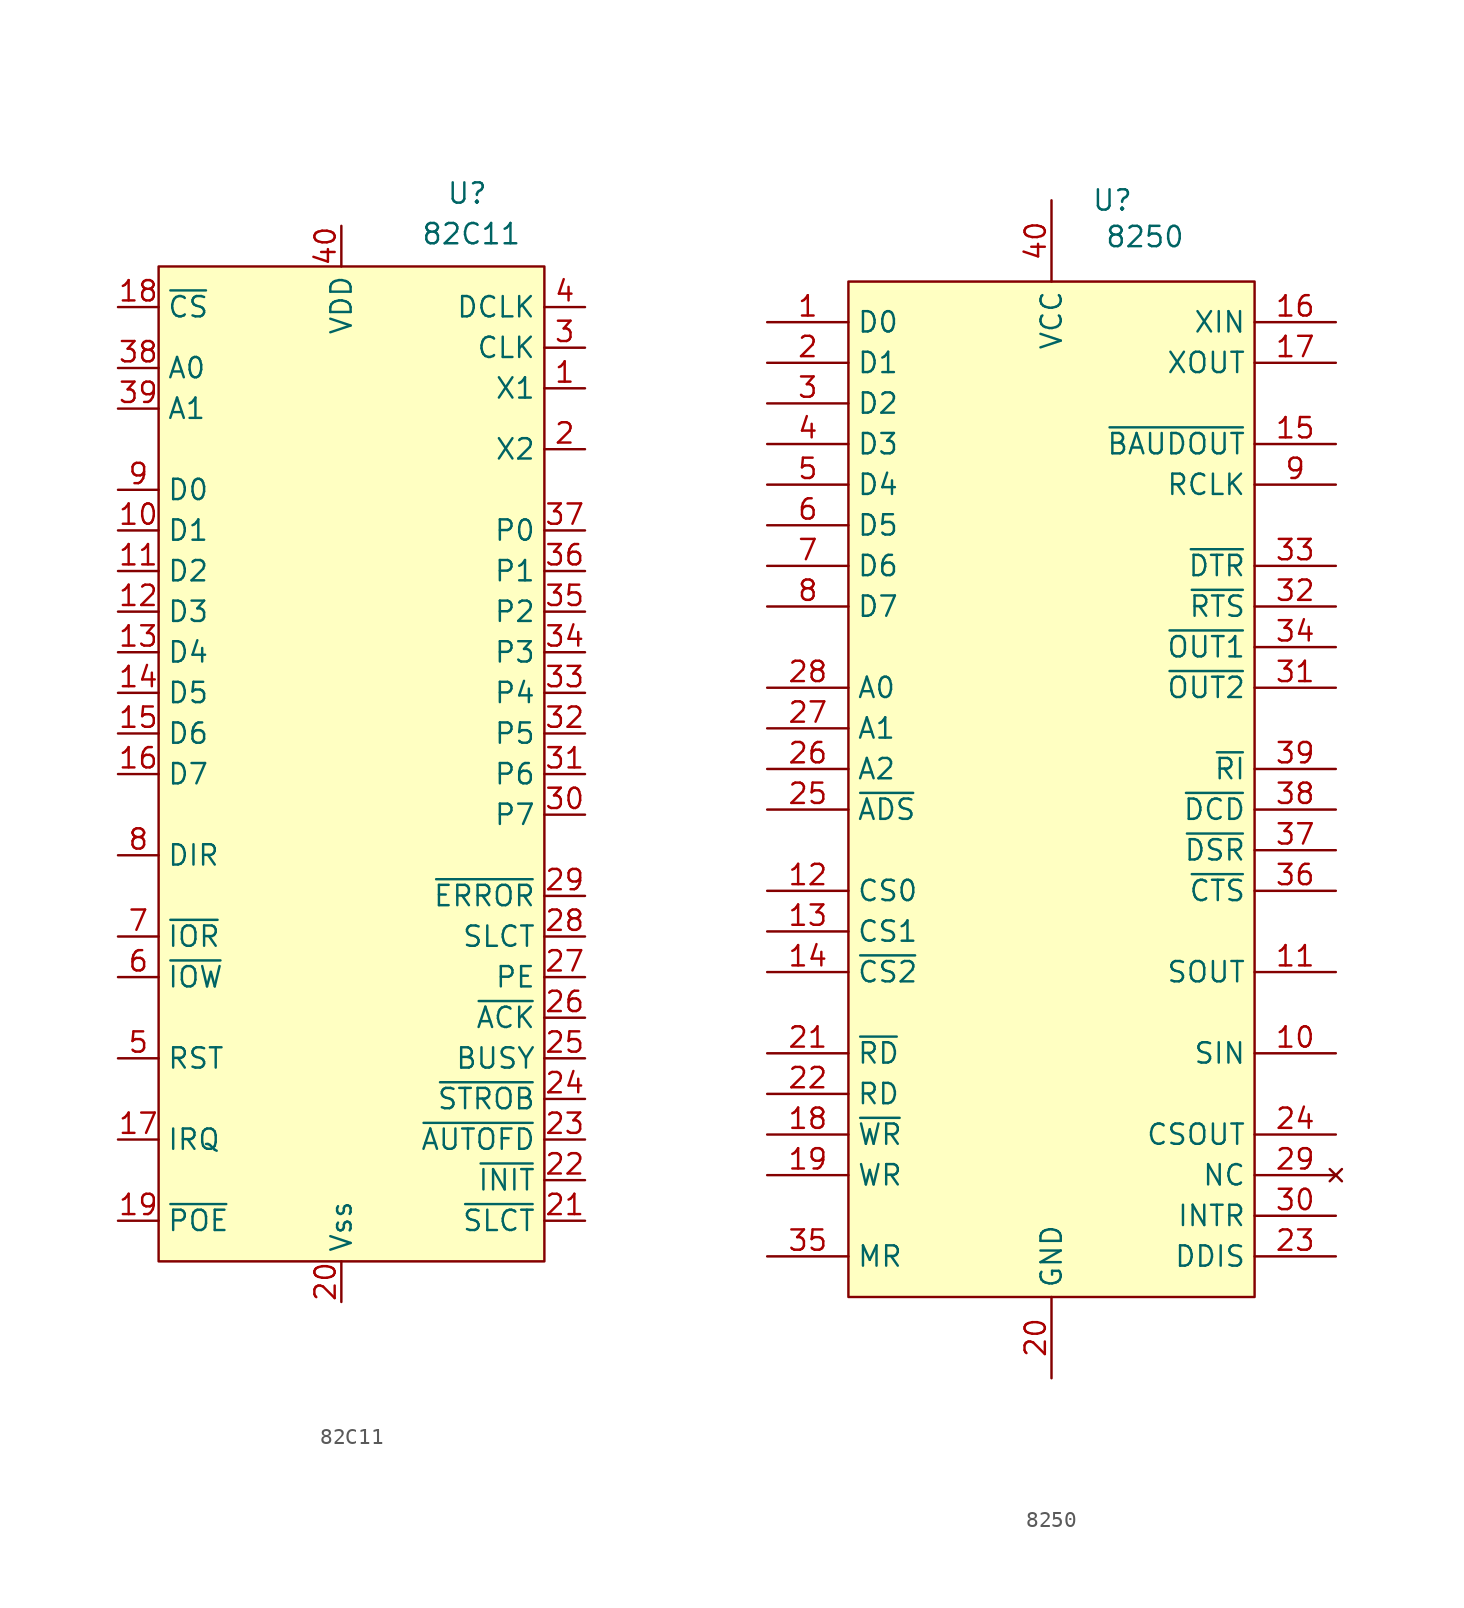
<source format=kicad_sym>
(kicad_symbol_lib
  (version 20231120)
  (generator "kicad_symbol_editor")
  (generator_version "8.0")
  (symbol "82C11"
    (property "Reference" "U"
      (at 7.874 0.762 0)
      (effects (font (size 1.27 1.27))))
    (property "Value" "82C11"
      (at 8.128 -1.778 0)
      (effects (font (size 1.27 1.27))))
    (symbol "82C11_0_1"
      (rectangle (start -11.43 -3.81) (end 12.7 -66.04) (stroke (width 0) (type default)) (fill (type background))))
    (symbol "82C11_1_1"
      (pin input line (at 15.24 -11.43 180) (length 2.54) (name "X1" (effects (font (size 1.27 1.27)))) (number "1" (effects (font (size 1.27 1.27)))))
      (pin bidirectional line (at -13.97 -20.32 0) (length 2.54) (name "D1" (effects (font (size 1.27 1.27)))) (number "10" (effects (font (size 1.27 1.27)))))
      (pin bidirectional line (at -13.97 -22.86 0) (length 2.54) (name "D2" (effects (font (size 1.27 1.27)))) (number "11" (effects (font (size 1.27 1.27)))))
      (pin bidirectional line (at -13.97 -25.4 0) (length 2.54) (name "D3" (effects (font (size 1.27 1.27)))) (number "12" (effects (font (size 1.27 1.27)))))
      (pin bidirectional line (at -13.97 -27.94 0) (length 2.54) (name "D4" (effects (font (size 1.27 1.27)))) (number "13" (effects (font (size 1.27 1.27)))))
      (pin bidirectional line (at -13.97 -30.48 0) (length 2.54) (name "D5" (effects (font (size 1.27 1.27)))) (number "14" (effects (font (size 1.27 1.27)))))
      (pin bidirectional line (at -13.97 -33.02 0) (length 2.54) (name "D6" (effects (font (size 1.27 1.27)))) (number "15" (effects (font (size 1.27 1.27)))))
      (pin bidirectional line (at -13.97 -35.56 0) (length 2.54) (name "D7" (effects (font (size 1.27 1.27)))) (number "16" (effects (font (size 1.27 1.27)))))
      (pin output line (at -13.97 -58.42 0) (length 2.54) (name "IRQ" (effects (font (size 1.27 1.27)))) (number "17" (effects (font (size 1.27 1.27)))))
      (pin input line (at -13.97 -6.35 0) (length 2.54) (name "~{CS}" (effects (font (size 1.27 1.27)))) (number "18" (effects (font (size 1.27 1.27)))))
      (pin input line (at -13.97 -63.5 0) (length 2.54) (name "~{POE}" (effects (font (size 1.27 1.27)))) (number "19" (effects (font (size 1.27 1.27)))))
      (pin input line (at 15.24 -15.24 180) (length 2.54) (name "X2" (effects (font (size 1.27 1.27)))) (number "2" (effects (font (size 1.27 1.27)))))
      (pin power_in line (at 0 -68.58 90) (length 2.54) (name "Vss" (effects (font (size 1.27 1.27)))) (number "20" (effects (font (size 1.27 1.27)))))
      (pin output line (at 15.24 -63.5 180) (length 2.54) (name "~{SLCT}" (effects (font (size 1.27 1.27)))) (number "21" (effects (font (size 1.27 1.27)))))
      (pin output line (at 15.24 -60.96 180) (length 2.54) (name "~{INIT}" (effects (font (size 1.27 1.27)))) (number "22" (effects (font (size 1.27 1.27)))))
      (pin output line (at 15.24 -58.42 180) (length 2.54) (name "~{AUTOFD}" (effects (font (size 1.27 1.27)))) (number "23" (effects (font (size 1.27 1.27)))))
      (pin output line (at 15.24 -55.88 180) (length 2.54) (name "~{STROB}" (effects (font (size 1.27 1.27)))) (number "24" (effects (font (size 1.27 1.27)))))
      (pin input line (at 15.24 -53.34 180) (length 2.54) (name "BUSY" (effects (font (size 1.27 1.27)))) (number "25" (effects (font (size 1.27 1.27)))))
      (pin input line (at 15.24 -50.8 180) (length 2.54) (name "~{ACK}" (effects (font (size 1.27 1.27)))) (number "26" (effects (font (size 1.27 1.27)))))
      (pin input line (at 15.24 -48.26 180) (length 2.54) (name "PE" (effects (font (size 1.27 1.27)))) (number "27" (effects (font (size 1.27 1.27)))))
      (pin input line (at 15.24 -45.72 180) (length 2.54) (name "SLCT" (effects (font (size 1.27 1.27)))) (number "28" (effects (font (size 1.27 1.27)))))
      (pin input line (at 15.24 -43.18 180) (length 2.54) (name "~{ERROR}" (effects (font (size 1.27 1.27)))) (number "29" (effects (font (size 1.27 1.27)))))
      (pin output line (at 15.24 -8.89 180) (length 2.54) (name "CLK" (effects (font (size 1.27 1.27)))) (number "3" (effects (font (size 1.27 1.27)))))
      (pin bidirectional line (at 15.24 -38.1 180) (length 2.54) (name "P7" (effects (font (size 1.27 1.27)))) (number "30" (effects (font (size 1.27 1.27)))))
      (pin bidirectional line (at 15.24 -35.56 180) (length 2.54) (name "P6" (effects (font (size 1.27 1.27)))) (number "31" (effects (font (size 1.27 1.27)))))
      (pin bidirectional line (at 15.24 -33.02 180) (length 2.54) (name "P5" (effects (font (size 1.27 1.27)))) (number "32" (effects (font (size 1.27 1.27)))))
      (pin bidirectional line (at 15.24 -30.48 180) (length 2.54) (name "P4" (effects (font (size 1.27 1.27)))) (number "33" (effects (font (size 1.27 1.27)))))
      (pin bidirectional line (at 15.24 -27.94 180) (length 2.54) (name "P3" (effects (font (size 1.27 1.27)))) (number "34" (effects (font (size 1.27 1.27)))))
      (pin bidirectional line (at 15.24 -25.4 180) (length 2.54) (name "P2" (effects (font (size 1.27 1.27)))) (number "35" (effects (font (size 1.27 1.27)))))
      (pin bidirectional line (at 15.24 -22.86 180) (length 2.54) (name "P1" (effects (font (size 1.27 1.27)))) (number "36" (effects (font (size 1.27 1.27)))))
      (pin bidirectional line (at 15.24 -20.32 180) (length 2.54) (name "P0" (effects (font (size 1.27 1.27)))) (number "37" (effects (font (size 1.27 1.27)))))
      (pin input line (at -13.97 -10.16 0) (length 2.54) (name "A0" (effects (font (size 1.27 1.27)))) (number "38" (effects (font (size 1.27 1.27)))))
      (pin input line (at -13.97 -12.7 0) (length 2.54) (name "A1" (effects (font (size 1.27 1.27)))) (number "39" (effects (font (size 1.27 1.27)))))
      (pin output line (at 15.24 -6.35 180) (length 2.54) (name "DCLK" (effects (font (size 1.27 1.27)))) (number "4" (effects (font (size 1.27 1.27)))))
      (pin power_in line (at 0 -1.27 270) (length 2.54) (name "VDD" (effects (font (size 1.27 1.27)))) (number "40" (effects (font (size 1.27 1.27)))))
      (pin input line (at -13.97 -53.34 0) (length 2.54) (name "RST" (effects (font (size 1.27 1.27)))) (number "5" (effects (font (size 1.27 1.27)))))
      (pin input line (at -13.97 -48.26 0) (length 2.54) (name "~{IOW}" (effects (font (size 1.27 1.27)))) (number "6" (effects (font (size 1.27 1.27)))))
      (pin input line (at -13.97 -45.72 0) (length 2.54) (name "~{IOR}" (effects (font (size 1.27 1.27)))) (number "7" (effects (font (size 1.27 1.27)))))
      (pin output line (at -13.97 -40.64 0) (length 2.54) (name "DIR" (effects (font (size 1.27 1.27)))) (number "8" (effects (font (size 1.27 1.27)))))
      (pin bidirectional line (at -13.97 -17.78 0) (length 2.54) (name "D0" (effects (font (size 1.27 1.27)))) (number "9" (effects (font (size 1.27 1.27)))))))
  (symbol "8250"
    (property "Reference" "U"
      (at 0 0 0)
      (effects (font (size 1.27 1.27))))
    (property "Value" "8250"
      (at 2.032 -2.286 0)
      (effects (font (size 1.27 1.27))))
    (symbol "8250_0_1"
      (rectangle (start -16.51 -5.08) (end 8.89 -68.58) (stroke (width 0) (type default)) (fill (type background))))
    (symbol "8250_1_1"
      (pin tri_state line (at -21.59 -7.62 0) (length 5.08) (name "D0" (effects (font (size 1.27 1.27)))) (number "1" (effects (font (size 1.27 1.27)))))
      (pin input line (at 13.97 -53.34 180) (length 5.08) (name "SIN" (effects (font (size 1.27 1.27)))) (number "10" (effects (font (size 1.27 1.27)))))
      (pin output line (at 13.97 -48.26 180) (length 5.08) (name "SOUT" (effects (font (size 1.27 1.27)))) (number "11" (effects (font (size 1.27 1.27)))))
      (pin input line (at -21.59 -43.18 0) (length 5.08) (name "CS0" (effects (font (size 1.27 1.27)))) (number "12" (effects (font (size 1.27 1.27)))))
      (pin input line (at -21.59 -45.72 0) (length 5.08) (name "CS1" (effects (font (size 1.27 1.27)))) (number "13" (effects (font (size 1.27 1.27)))))
      (pin input line (at -21.59 -48.26 0) (length 5.08) (name "~{CS2}" (effects (font (size 1.27 1.27)))) (number "14" (effects (font (size 1.27 1.27)))))
      (pin output line (at 13.97 -15.24 180) (length 5.08) (name "~{BAUDOUT}" (effects (font (size 1.27 1.27)))) (number "15" (effects (font (size 1.27 1.27)))))
      (pin input line (at 13.97 -7.62 180) (length 5.08) (name "XIN" (effects (font (size 1.27 1.27)))) (number "16" (effects (font (size 1.27 1.27)))))
      (pin output line (at 13.97 -10.16 180) (length 5.08) (name "XOUT" (effects (font (size 1.27 1.27)))) (number "17" (effects (font (size 1.27 1.27)))))
      (pin input line (at -21.59 -58.42 0) (length 5.08) (name "~{WR}" (effects (font (size 1.27 1.27)))) (number "18" (effects (font (size 1.27 1.27)))))
      (pin input line (at -21.59 -60.96 0) (length 5.08) (name "WR" (effects (font (size 1.27 1.27)))) (number "19" (effects (font (size 1.27 1.27)))))
      (pin tri_state line (at -21.59 -10.16 0) (length 5.08) (name "D1" (effects (font (size 1.27 1.27)))) (number "2" (effects (font (size 1.27 1.27)))))
      (pin power_in line (at -3.81 -73.66 90) (length 5.08) (name "GND" (effects (font (size 1.27 1.27)))) (number "20" (effects (font (size 1.27 1.27)))))
      (pin input line (at -21.59 -53.34 0) (length 5.08) (name "~{RD}" (effects (font (size 1.27 1.27)))) (number "21" (effects (font (size 1.27 1.27)))))
      (pin input line (at -21.59 -55.88 0) (length 5.08) (name "RD" (effects (font (size 1.27 1.27)))) (number "22" (effects (font (size 1.27 1.27)))))
      (pin output line (at 13.97 -66.04 180) (length 5.08) (name "DDIS" (effects (font (size 1.27 1.27)))) (number "23" (effects (font (size 1.27 1.27)))))
      (pin output line (at 13.97 -58.42 180) (length 5.08) (name "CSOUT" (effects (font (size 1.27 1.27)))) (number "24" (effects (font (size 1.27 1.27)))))
      (pin input line (at -21.59 -38.1 0) (length 5.08) (name "~{ADS}" (effects (font (size 1.27 1.27)))) (number "25" (effects (font (size 1.27 1.27)))))
      (pin input line (at -21.59 -35.56 0) (length 5.08) (name "A2" (effects (font (size 1.27 1.27)))) (number "26" (effects (font (size 1.27 1.27)))))
      (pin input line (at -21.59 -33.02 0) (length 5.08) (name "A1" (effects (font (size 1.27 1.27)))) (number "27" (effects (font (size 1.27 1.27)))))
      (pin input line (at -21.59 -30.48 0) (length 5.08) (name "A0" (effects (font (size 1.27 1.27)))) (number "28" (effects (font (size 1.27 1.27)))))
      (pin no_connect line (at 13.97 -60.96 180) (length 5.08) (name "NC" (effects (font (size 1.27 1.27)))) (number "29" (effects (font (size 1.27 1.27)))))
      (pin tri_state line (at -21.59 -12.7 0) (length 5.08) (name "D2" (effects (font (size 1.27 1.27)))) (number "3" (effects (font (size 1.27 1.27)))))
      (pin output line (at 13.97 -63.5 180) (length 5.08) (name "INTR" (effects (font (size 1.27 1.27)))) (number "30" (effects (font (size 1.27 1.27)))))
      (pin output line (at 13.97 -30.48 180) (length 5.08) (name "~{OUT2}" (effects (font (size 1.27 1.27)))) (number "31" (effects (font (size 1.27 1.27)))))
      (pin output line (at 13.97 -25.4 180) (length 5.08) (name "~{RTS}" (effects (font (size 1.27 1.27)))) (number "32" (effects (font (size 1.27 1.27)))))
      (pin output line (at 13.97 -22.86 180) (length 5.08) (name "~{DTR}" (effects (font (size 1.27 1.27)))) (number "33" (effects (font (size 1.27 1.27)))))
      (pin output line (at 13.97 -27.94 180) (length 5.08) (name "~{OUT1}" (effects (font (size 1.27 1.27)))) (number "34" (effects (font (size 1.27 1.27)))))
      (pin input line (at -21.59 -66.04 0) (length 5.08) (name "MR" (effects (font (size 1.27 1.27)))) (number "35" (effects (font (size 1.27 1.27)))))
      (pin input line (at 13.97 -43.18 180) (length 5.08) (name "~{CTS}" (effects (font (size 1.27 1.27)))) (number "36" (effects (font (size 1.27 1.27)))))
      (pin input line (at 13.97 -40.64 180) (length 5.08) (name "~{DSR}" (effects (font (size 1.27 1.27)))) (number "37" (effects (font (size 1.27 1.27)))))
      (pin input line (at 13.97 -38.1 180) (length 5.08) (name "~{DCD}" (effects (font (size 1.27 1.27)))) (number "38" (effects (font (size 1.27 1.27)))))
      (pin input line (at 13.97 -35.56 180) (length 5.08) (name "~{RI}" (effects (font (size 1.27 1.27)))) (number "39" (effects (font (size 1.27 1.27)))))
      (pin tri_state line (at -21.59 -15.24 0) (length 5.08) (name "D3" (effects (font (size 1.27 1.27)))) (number "4" (effects (font (size 1.27 1.27)))))
      (pin power_in line (at -3.81 0 270) (length 5.08) (name "VCC" (effects (font (size 1.27 1.27)))) (number "40" (effects (font (size 1.27 1.27)))))
      (pin tri_state line (at -21.59 -17.78 0) (length 5.08) (name "D4" (effects (font (size 1.27 1.27)))) (number "5" (effects (font (size 1.27 1.27)))))
      (pin tri_state line (at -21.59 -20.32 0) (length 5.08) (name "D5" (effects (font (size 1.27 1.27)))) (number "6" (effects (font (size 1.27 1.27)))))
      (pin tri_state line (at -21.59 -22.86 0) (length 5.08) (name "D6" (effects (font (size 1.27 1.27)))) (number "7" (effects (font (size 1.27 1.27)))))
      (pin tri_state line (at -21.59 -25.4 0) (length 5.08) (name "D7" (effects (font (size 1.27 1.27)))) (number "8" (effects (font (size 1.27 1.27)))))
      (pin input line (at 13.97 -17.78 180) (length 5.08) (name "RCLK" (effects (font (size 1.27 1.27)))) (number "9" (effects (font (size 1.27 1.27))))))))
</source>
